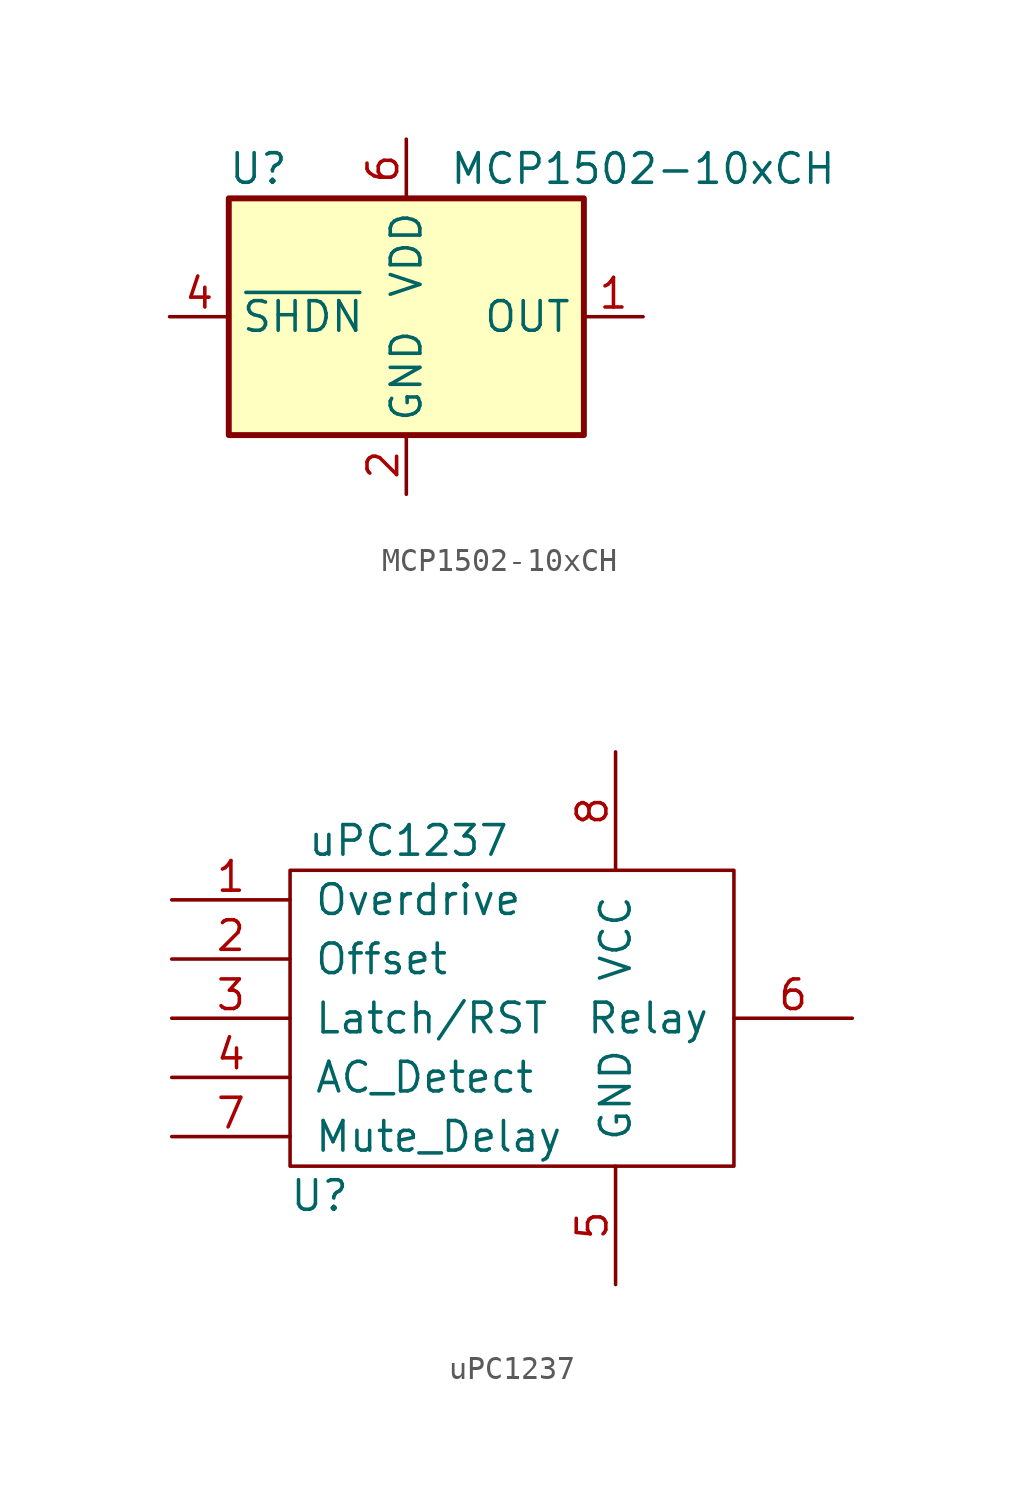
<source format=kicad_sym>
(kicad_symbol_lib
  (version 20220914)
  (generator kicad_symbol_editor)
  (symbol "MCP1502-10xCH"
    (property "Reference" "U"
      (at -6.35 6.35 0)
      (effects (font (size 1.27 1.27))))
    (property "Value" "MCP1502-10xCH"
      (at 10.16 6.35 0)
      (effects (font (size 1.27 1.27))))
    (symbol "MCP1502-10xCH_0_0"
      (pin power_out line (at 10.16 0 180) (length 2.54) (name "OUT" (effects (font (size 1.27 1.27)))) (number "1" (effects (font (size 1.27 1.27)))))
      (pin power_in line (at 0 -7.62 90) (length 2.54) (name "GND" (effects (font (size 1.27 1.27)))) (number "2" (effects (font (size 1.27 1.27)))))
      (pin passive line (at 0 -7.62 90) (length 2.54) hide (name "GND" (effects (font (size 1.27 1.27)))) (number "3" (effects (font (size 1.27 1.27)))))
      (pin input line (at -10.16 0 0) (length 2.54) (name "~{SHDN}" (effects (font (size 1.27 1.27)))) (number "4" (effects (font (size 1.27 1.27)))))
      (pin passive line (at 0 -7.62 90) (length 2.54) hide (name "GND" (effects (font (size 1.27 1.27)))) (number "5" (effects (font (size 1.27 1.27)))))
      (pin power_in line (at 0 7.62 270) (length 2.54) (name "VDD" (effects (font (size 1.27 1.27)))) (number "6" (effects (font (size 1.27 1.27))))))
    (symbol "MCP1502-10xCH_0_1"
      (rectangle (start -7.62 5.08) (end 7.62 -5.08) (stroke (width 0.254) (type default)) (fill (type background)))))
  (symbol "uPC1237"
    (pin_names
      (offset 1.016))
    (property "Reference" "U"
      (at -8.89 -7.62 0)
      (effects (font (size 1.27 1.27))))
    (property "Value" "uPC1237"
      (at -5.08 7.62 0)
      (effects (font (size 1.27 1.27))))
    (symbol "uPC1237_0_1"
      (rectangle (start -10.16 6.35) (end 8.89 -6.35) (stroke (width 0) (type solid)) (fill (type none))))
    (symbol "uPC1237_1_1"
      (pin input line (at -15.24 5.08 0) (length 5.08) (name "Overdrive" (effects (font (size 1.27 1.27)))) (number "1" (effects (font (size 1.27 1.27)))))
      (pin input line (at -15.24 2.54 0) (length 5.08) (name "Offset" (effects (font (size 1.27 1.27)))) (number "2" (effects (font (size 1.27 1.27)))))
      (pin input line (at -15.24 0 0) (length 5.08) (name "Latch/RST" (effects (font (size 1.27 1.27)))) (number "3" (effects (font (size 1.27 1.27)))))
      (pin input line (at -15.24 -2.54 0) (length 5.08) (name "AC_Detect" (effects (font (size 1.27 1.27)))) (number "4" (effects (font (size 1.27 1.27)))))
      (pin power_in line (at 3.81 -11.43 90) (length 5.08) (name "GND" (effects (font (size 1.27 1.27)))) (number "5" (effects (font (size 1.27 1.27)))))
      (pin output line (at 13.97 0 180) (length 5.08) (name "Relay" (effects (font (size 1.27 1.27)))) (number "6" (effects (font (size 1.27 1.27)))))
      (pin input line (at -15.24 -5.08 0) (length 5.08) (name "Mute_Delay" (effects (font (size 1.27 1.27)))) (number "7" (effects (font (size 1.27 1.27)))))
      (pin power_in line (at 3.81 11.43 270) (length 5.08) (name "VCC" (effects (font (size 1.27 1.27)))) (number "8" (effects (font (size 1.27 1.27))))))))
</source>
